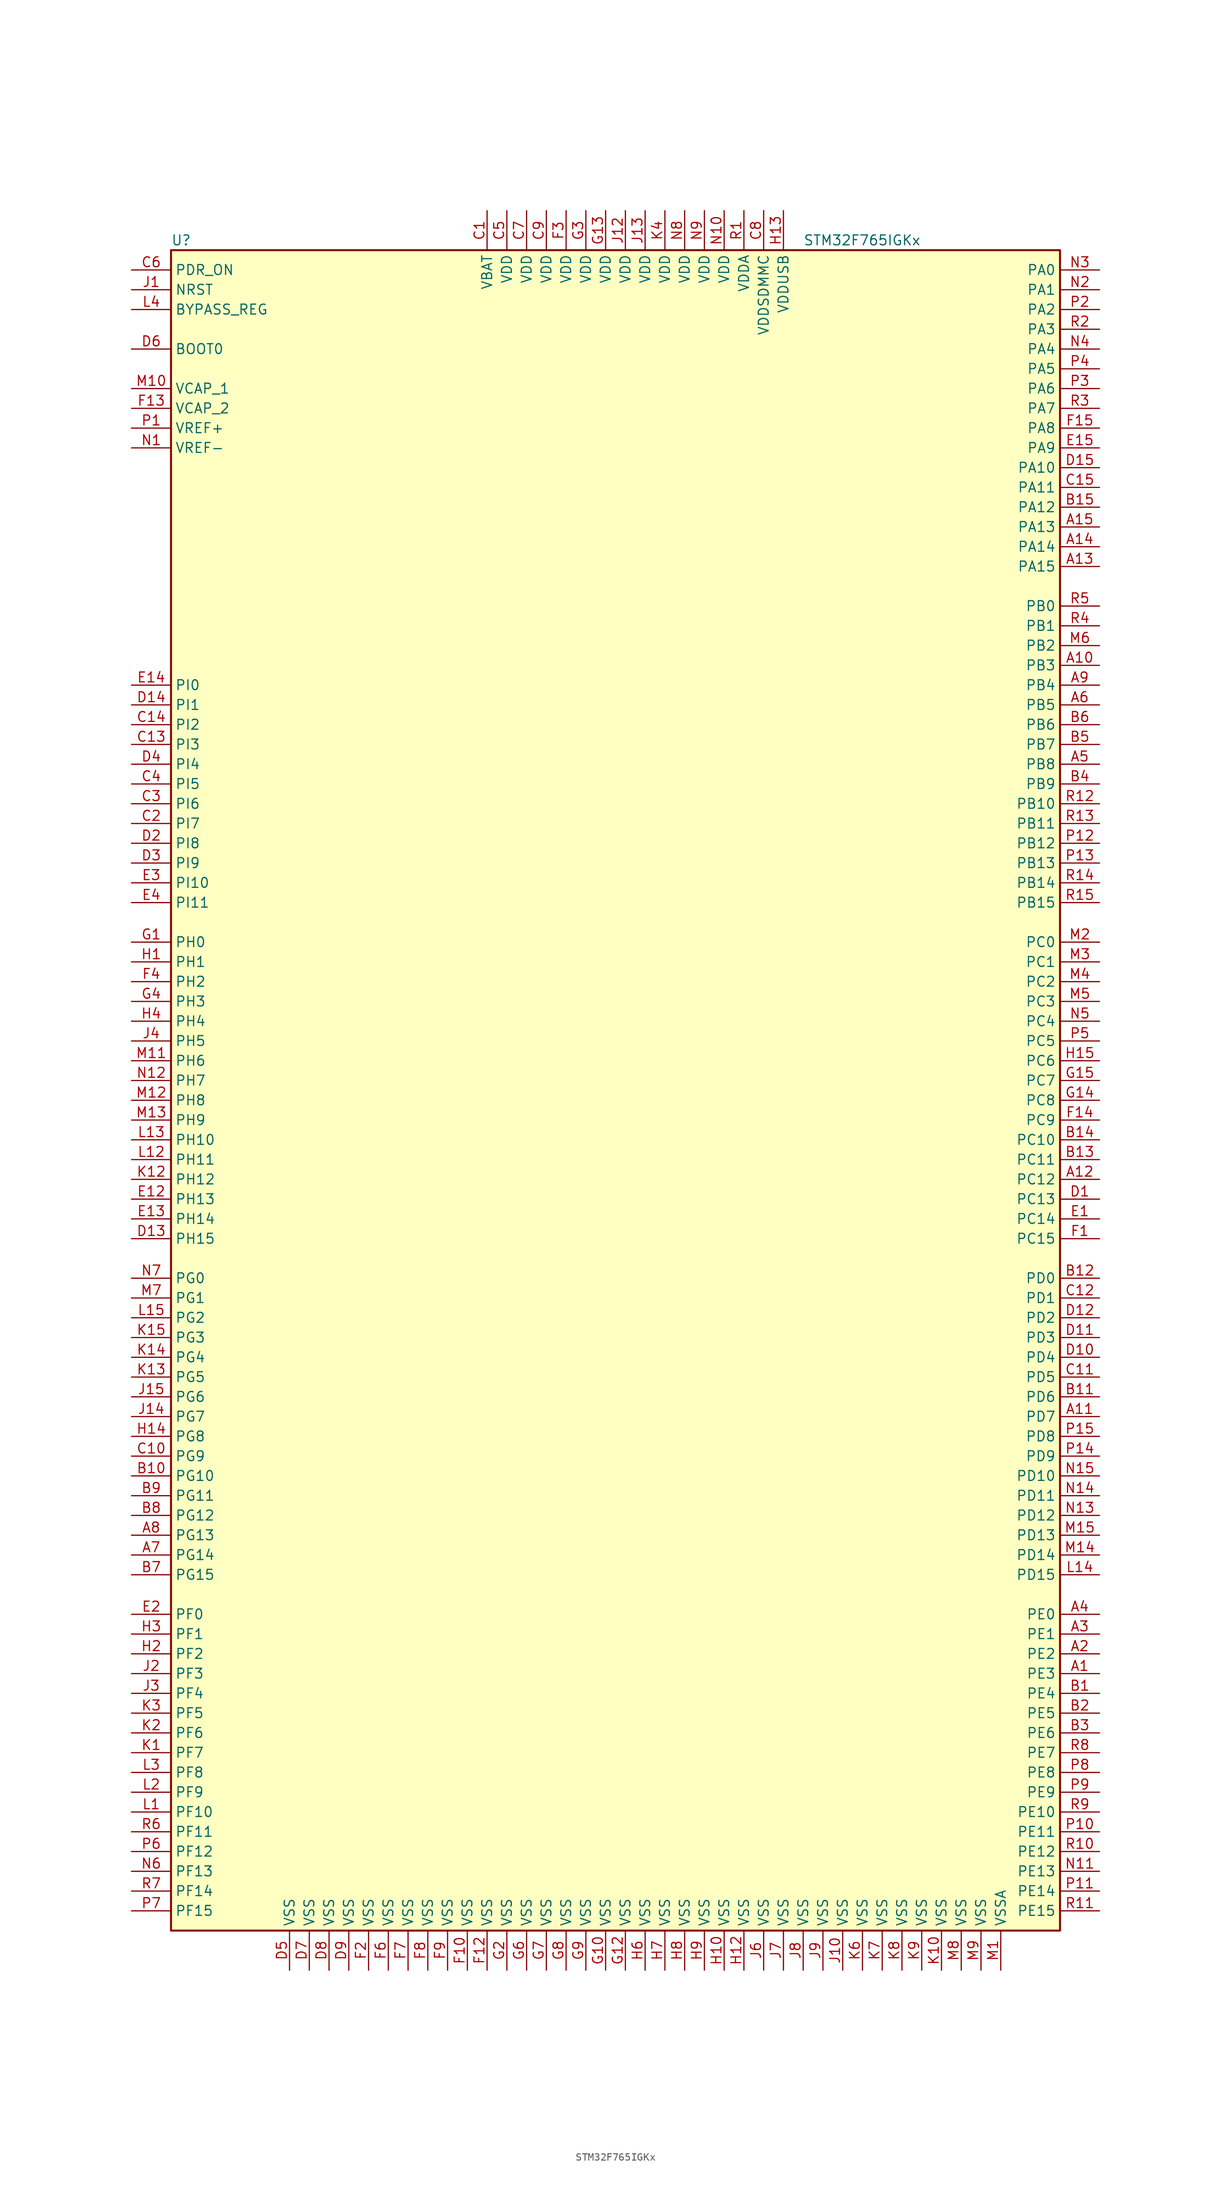
<source format=kicad_sym>
(kicad_symbol_lib
  (version 20220914)
  (generator kicad_symbol_editor)
  (symbol "STM32F765IGKx"
    (property "Reference" "U"
      (at -58.42 107.95 0)
      (effects (font (size 1.27 1.27)) (justify left)))
    (property "Value" "STM32F765IGKx"
      (at 22.86 107.95 0)
      (effects (font (size 1.27 1.27)) (justify left)))
    (symbol "STM32F765IGKx_0_1"
      (rectangle (start -58.42 -109.22) (end 55.88 106.68) (stroke (width 0.254) (type default)) (fill (type background))))
    (symbol "STM32F765IGKx_1_1"
      (pin bidirectional line (at 60.96 -76.2 180) (length 5.08) (name "PE3" (effects (font (size 1.27 1.27)))) (number "A1" (effects (font (size 1.27 1.27)))))
      (pin bidirectional line (at 60.96 53.34 180) (length 5.08) (name "PB3" (effects (font (size 1.27 1.27)))) (number "A10" (effects (font (size 1.27 1.27)))))
      (pin bidirectional line (at 60.96 -43.18 180) (length 5.08) (name "PD7" (effects (font (size 1.27 1.27)))) (number "A11" (effects (font (size 1.27 1.27)))))
      (pin bidirectional line (at 60.96 -12.7 180) (length 5.08) (name "PC12" (effects (font (size 1.27 1.27)))) (number "A12" (effects (font (size 1.27 1.27)))))
      (pin bidirectional line (at 60.96 66.04 180) (length 5.08) (name "PA15" (effects (font (size 1.27 1.27)))) (number "A13" (effects (font (size 1.27 1.27)))))
      (pin bidirectional line (at 60.96 68.58 180) (length 5.08) (name "PA14" (effects (font (size 1.27 1.27)))) (number "A14" (effects (font (size 1.27 1.27)))))
      (pin bidirectional line (at 60.96 71.12 180) (length 5.08) (name "PA13" (effects (font (size 1.27 1.27)))) (number "A15" (effects (font (size 1.27 1.27)))))
      (pin bidirectional line (at 60.96 -73.66 180) (length 5.08) (name "PE2" (effects (font (size 1.27 1.27)))) (number "A2" (effects (font (size 1.27 1.27)))))
      (pin bidirectional line (at 60.96 -71.12 180) (length 5.08) (name "PE1" (effects (font (size 1.27 1.27)))) (number "A3" (effects (font (size 1.27 1.27)))))
      (pin bidirectional line (at 60.96 -68.58 180) (length 5.08) (name "PE0" (effects (font (size 1.27 1.27)))) (number "A4" (effects (font (size 1.27 1.27)))))
      (pin bidirectional line (at 60.96 40.64 180) (length 5.08) (name "PB8" (effects (font (size 1.27 1.27)))) (number "A5" (effects (font (size 1.27 1.27)))))
      (pin bidirectional line (at 60.96 48.26 180) (length 5.08) (name "PB5" (effects (font (size 1.27 1.27)))) (number "A6" (effects (font (size 1.27 1.27)))))
      (pin bidirectional line (at -63.5 -60.96 0) (length 5.08) (name "PG14" (effects (font (size 1.27 1.27)))) (number "A7" (effects (font (size 1.27 1.27)))))
      (pin bidirectional line (at -63.5 -58.42 0) (length 5.08) (name "PG13" (effects (font (size 1.27 1.27)))) (number "A8" (effects (font (size 1.27 1.27)))))
      (pin bidirectional line (at 60.96 50.8 180) (length 5.08) (name "PB4" (effects (font (size 1.27 1.27)))) (number "A9" (effects (font (size 1.27 1.27)))))
      (pin bidirectional line (at 60.96 -78.74 180) (length 5.08) (name "PE4" (effects (font (size 1.27 1.27)))) (number "B1" (effects (font (size 1.27 1.27)))))
      (pin bidirectional line (at -63.5 -50.8 0) (length 5.08) (name "PG10" (effects (font (size 1.27 1.27)))) (number "B10" (effects (font (size 1.27 1.27)))))
      (pin bidirectional line (at 60.96 -40.64 180) (length 5.08) (name "PD6" (effects (font (size 1.27 1.27)))) (number "B11" (effects (font (size 1.27 1.27)))))
      (pin bidirectional line (at 60.96 -25.4 180) (length 5.08) (name "PD0" (effects (font (size 1.27 1.27)))) (number "B12" (effects (font (size 1.27 1.27)))))
      (pin bidirectional line (at 60.96 -10.16 180) (length 5.08) (name "PC11" (effects (font (size 1.27 1.27)))) (number "B13" (effects (font (size 1.27 1.27)))))
      (pin bidirectional line (at 60.96 -7.62 180) (length 5.08) (name "PC10" (effects (font (size 1.27 1.27)))) (number "B14" (effects (font (size 1.27 1.27)))))
      (pin bidirectional line (at 60.96 73.66 180) (length 5.08) (name "PA12" (effects (font (size 1.27 1.27)))) (number "B15" (effects (font (size 1.27 1.27)))))
      (pin bidirectional line (at 60.96 -81.28 180) (length 5.08) (name "PE5" (effects (font (size 1.27 1.27)))) (number "B2" (effects (font (size 1.27 1.27)))))
      (pin bidirectional line (at 60.96 -83.82 180) (length 5.08) (name "PE6" (effects (font (size 1.27 1.27)))) (number "B3" (effects (font (size 1.27 1.27)))))
      (pin bidirectional line (at 60.96 38.1 180) (length 5.08) (name "PB9" (effects (font (size 1.27 1.27)))) (number "B4" (effects (font (size 1.27 1.27)))))
      (pin bidirectional line (at 60.96 43.18 180) (length 5.08) (name "PB7" (effects (font (size 1.27 1.27)))) (number "B5" (effects (font (size 1.27 1.27)))))
      (pin bidirectional line (at 60.96 45.72 180) (length 5.08) (name "PB6" (effects (font (size 1.27 1.27)))) (number "B6" (effects (font (size 1.27 1.27)))))
      (pin bidirectional line (at -63.5 -63.5 0) (length 5.08) (name "PG15" (effects (font (size 1.27 1.27)))) (number "B7" (effects (font (size 1.27 1.27)))))
      (pin bidirectional line (at -63.5 -55.88 0) (length 5.08) (name "PG12" (effects (font (size 1.27 1.27)))) (number "B8" (effects (font (size 1.27 1.27)))))
      (pin bidirectional line (at -63.5 -53.34 0) (length 5.08) (name "PG11" (effects (font (size 1.27 1.27)))) (number "B9" (effects (font (size 1.27 1.27)))))
      (pin power_in line (at -17.78 111.76 270) (length 5.08) (name "VBAT" (effects (font (size 1.27 1.27)))) (number "C1" (effects (font (size 1.27 1.27)))))
      (pin bidirectional line (at -63.5 -48.26 0) (length 5.08) (name "PG9" (effects (font (size 1.27 1.27)))) (number "C10" (effects (font (size 1.27 1.27)))))
      (pin bidirectional line (at 60.96 -38.1 180) (length 5.08) (name "PD5" (effects (font (size 1.27 1.27)))) (number "C11" (effects (font (size 1.27 1.27)))))
      (pin bidirectional line (at 60.96 -27.94 180) (length 5.08) (name "PD1" (effects (font (size 1.27 1.27)))) (number "C12" (effects (font (size 1.27 1.27)))))
      (pin bidirectional line (at -63.5 43.18 0) (length 5.08) (name "PI3" (effects (font (size 1.27 1.27)))) (number "C13" (effects (font (size 1.27 1.27)))))
      (pin bidirectional line (at -63.5 45.72 0) (length 5.08) (name "PI2" (effects (font (size 1.27 1.27)))) (number "C14" (effects (font (size 1.27 1.27)))))
      (pin bidirectional line (at 60.96 76.2 180) (length 5.08) (name "PA11" (effects (font (size 1.27 1.27)))) (number "C15" (effects (font (size 1.27 1.27)))))
      (pin bidirectional line (at -63.5 33.02 0) (length 5.08) (name "PI7" (effects (font (size 1.27 1.27)))) (number "C2" (effects (font (size 1.27 1.27)))))
      (pin bidirectional line (at -63.5 35.56 0) (length 5.08) (name "PI6" (effects (font (size 1.27 1.27)))) (number "C3" (effects (font (size 1.27 1.27)))))
      (pin bidirectional line (at -63.5 38.1 0) (length 5.08) (name "PI5" (effects (font (size 1.27 1.27)))) (number "C4" (effects (font (size 1.27 1.27)))))
      (pin power_in line (at -15.24 111.76 270) (length 5.08) (name "VDD" (effects (font (size 1.27 1.27)))) (number "C5" (effects (font (size 1.27 1.27)))))
      (pin input line (at -63.5 104.14 0) (length 5.08) (name "PDR_ON" (effects (font (size 1.27 1.27)))) (number "C6" (effects (font (size 1.27 1.27)))))
      (pin power_in line (at -12.7 111.76 270) (length 5.08) (name "VDD" (effects (font (size 1.27 1.27)))) (number "C7" (effects (font (size 1.27 1.27)))))
      (pin power_in line (at 17.78 111.76 270) (length 5.08) (name "VDDSDMMC" (effects (font (size 1.27 1.27)))) (number "C8" (effects (font (size 1.27 1.27)))))
      (pin power_in line (at -10.16 111.76 270) (length 5.08) (name "VDD" (effects (font (size 1.27 1.27)))) (number "C9" (effects (font (size 1.27 1.27)))))
      (pin bidirectional line (at 60.96 -15.24 180) (length 5.08) (name "PC13" (effects (font (size 1.27 1.27)))) (number "D1" (effects (font (size 1.27 1.27)))))
      (pin bidirectional line (at 60.96 -35.56 180) (length 5.08) (name "PD4" (effects (font (size 1.27 1.27)))) (number "D10" (effects (font (size 1.27 1.27)))))
      (pin bidirectional line (at 60.96 -33.02 180) (length 5.08) (name "PD3" (effects (font (size 1.27 1.27)))) (number "D11" (effects (font (size 1.27 1.27)))))
      (pin bidirectional line (at 60.96 -30.48 180) (length 5.08) (name "PD2" (effects (font (size 1.27 1.27)))) (number "D12" (effects (font (size 1.27 1.27)))))
      (pin bidirectional line (at -63.5 -20.32 0) (length 5.08) (name "PH15" (effects (font (size 1.27 1.27)))) (number "D13" (effects (font (size 1.27 1.27)))))
      (pin bidirectional line (at -63.5 48.26 0) (length 5.08) (name "PI1" (effects (font (size 1.27 1.27)))) (number "D14" (effects (font (size 1.27 1.27)))))
      (pin bidirectional line (at 60.96 78.74 180) (length 5.08) (name "PA10" (effects (font (size 1.27 1.27)))) (number "D15" (effects (font (size 1.27 1.27)))))
      (pin bidirectional line (at -63.5 30.48 0) (length 5.08) (name "PI8" (effects (font (size 1.27 1.27)))) (number "D2" (effects (font (size 1.27 1.27)))))
      (pin bidirectional line (at -63.5 27.94 0) (length 5.08) (name "PI9" (effects (font (size 1.27 1.27)))) (number "D3" (effects (font (size 1.27 1.27)))))
      (pin bidirectional line (at -63.5 40.64 0) (length 5.08) (name "PI4" (effects (font (size 1.27 1.27)))) (number "D4" (effects (font (size 1.27 1.27)))))
      (pin power_in line (at -43.18 -114.3 90) (length 5.08) (name "VSS" (effects (font (size 1.27 1.27)))) (number "D5" (effects (font (size 1.27 1.27)))))
      (pin input line (at -63.5 93.98 0) (length 5.08) (name "BOOT0" (effects (font (size 1.27 1.27)))) (number "D6" (effects (font (size 1.27 1.27)))))
      (pin power_in line (at -40.64 -114.3 90) (length 5.08) (name "VSS" (effects (font (size 1.27 1.27)))) (number "D7" (effects (font (size 1.27 1.27)))))
      (pin power_in line (at -38.1 -114.3 90) (length 5.08) (name "VSS" (effects (font (size 1.27 1.27)))) (number "D8" (effects (font (size 1.27 1.27)))))
      (pin power_in line (at -35.56 -114.3 90) (length 5.08) (name "VSS" (effects (font (size 1.27 1.27)))) (number "D9" (effects (font (size 1.27 1.27)))))
      (pin bidirectional line (at 60.96 -17.78 180) (length 5.08) (name "PC14" (effects (font (size 1.27 1.27)))) (number "E1" (effects (font (size 1.27 1.27)))))
      (pin bidirectional line (at -63.5 -15.24 0) (length 5.08) (name "PH13" (effects (font (size 1.27 1.27)))) (number "E12" (effects (font (size 1.27 1.27)))))
      (pin bidirectional line (at -63.5 -17.78 0) (length 5.08) (name "PH14" (effects (font (size 1.27 1.27)))) (number "E13" (effects (font (size 1.27 1.27)))))
      (pin bidirectional line (at -63.5 50.8 0) (length 5.08) (name "PI0" (effects (font (size 1.27 1.27)))) (number "E14" (effects (font (size 1.27 1.27)))))
      (pin bidirectional line (at 60.96 81.28 180) (length 5.08) (name "PA9" (effects (font (size 1.27 1.27)))) (number "E15" (effects (font (size 1.27 1.27)))))
      (pin bidirectional line (at -63.5 -68.58 0) (length 5.08) (name "PF0" (effects (font (size 1.27 1.27)))) (number "E2" (effects (font (size 1.27 1.27)))))
      (pin bidirectional line (at -63.5 25.4 0) (length 5.08) (name "PI10" (effects (font (size 1.27 1.27)))) (number "E3" (effects (font (size 1.27 1.27)))))
      (pin bidirectional line (at -63.5 22.86 0) (length 5.08) (name "PI11" (effects (font (size 1.27 1.27)))) (number "E4" (effects (font (size 1.27 1.27)))))
      (pin bidirectional line (at 60.96 -20.32 180) (length 5.08) (name "PC15" (effects (font (size 1.27 1.27)))) (number "F1" (effects (font (size 1.27 1.27)))))
      (pin power_in line (at -20.32 -114.3 90) (length 5.08) (name "VSS" (effects (font (size 1.27 1.27)))) (number "F10" (effects (font (size 1.27 1.27)))))
      (pin power_in line (at -17.78 -114.3 90) (length 5.08) (name "VSS" (effects (font (size 1.27 1.27)))) (number "F12" (effects (font (size 1.27 1.27)))))
      (pin power_in line (at -63.5 86.36 0) (length 5.08) (name "VCAP_2" (effects (font (size 1.27 1.27)))) (number "F13" (effects (font (size 1.27 1.27)))))
      (pin bidirectional line (at 60.96 -5.08 180) (length 5.08) (name "PC9" (effects (font (size 1.27 1.27)))) (number "F14" (effects (font (size 1.27 1.27)))))
      (pin bidirectional line (at 60.96 83.82 180) (length 5.08) (name "PA8" (effects (font (size 1.27 1.27)))) (number "F15" (effects (font (size 1.27 1.27)))))
      (pin power_in line (at -33.02 -114.3 90) (length 5.08) (name "VSS" (effects (font (size 1.27 1.27)))) (number "F2" (effects (font (size 1.27 1.27)))))
      (pin power_in line (at -7.62 111.76 270) (length 5.08) (name "VDD" (effects (font (size 1.27 1.27)))) (number "F3" (effects (font (size 1.27 1.27)))))
      (pin bidirectional line (at -63.5 12.7 0) (length 5.08) (name "PH2" (effects (font (size 1.27 1.27)))) (number "F4" (effects (font (size 1.27 1.27)))))
      (pin power_in line (at -30.48 -114.3 90) (length 5.08) (name "VSS" (effects (font (size 1.27 1.27)))) (number "F6" (effects (font (size 1.27 1.27)))))
      (pin power_in line (at -27.94 -114.3 90) (length 5.08) (name "VSS" (effects (font (size 1.27 1.27)))) (number "F7" (effects (font (size 1.27 1.27)))))
      (pin power_in line (at -25.4 -114.3 90) (length 5.08) (name "VSS" (effects (font (size 1.27 1.27)))) (number "F8" (effects (font (size 1.27 1.27)))))
      (pin power_in line (at -22.86 -114.3 90) (length 5.08) (name "VSS" (effects (font (size 1.27 1.27)))) (number "F9" (effects (font (size 1.27 1.27)))))
      (pin input line (at -63.5 17.78 0) (length 5.08) (name "PH0" (effects (font (size 1.27 1.27)))) (number "G1" (effects (font (size 1.27 1.27)))))
      (pin power_in line (at -2.54 -114.3 90) (length 5.08) (name "VSS" (effects (font (size 1.27 1.27)))) (number "G10" (effects (font (size 1.27 1.27)))))
      (pin power_in line (at 0 -114.3 90) (length 5.08) (name "VSS" (effects (font (size 1.27 1.27)))) (number "G12" (effects (font (size 1.27 1.27)))))
      (pin power_in line (at -2.54 111.76 270) (length 5.08) (name "VDD" (effects (font (size 1.27 1.27)))) (number "G13" (effects (font (size 1.27 1.27)))))
      (pin bidirectional line (at 60.96 -2.54 180) (length 5.08) (name "PC8" (effects (font (size 1.27 1.27)))) (number "G14" (effects (font (size 1.27 1.27)))))
      (pin bidirectional line (at 60.96 0 180) (length 5.08) (name "PC7" (effects (font (size 1.27 1.27)))) (number "G15" (effects (font (size 1.27 1.27)))))
      (pin power_in line (at -15.24 -114.3 90) (length 5.08) (name "VSS" (effects (font (size 1.27 1.27)))) (number "G2" (effects (font (size 1.27 1.27)))))
      (pin power_in line (at -5.08 111.76 270) (length 5.08) (name "VDD" (effects (font (size 1.27 1.27)))) (number "G3" (effects (font (size 1.27 1.27)))))
      (pin bidirectional line (at -63.5 10.16 0) (length 5.08) (name "PH3" (effects (font (size 1.27 1.27)))) (number "G4" (effects (font (size 1.27 1.27)))))
      (pin power_in line (at -12.7 -114.3 90) (length 5.08) (name "VSS" (effects (font (size 1.27 1.27)))) (number "G6" (effects (font (size 1.27 1.27)))))
      (pin power_in line (at -10.16 -114.3 90) (length 5.08) (name "VSS" (effects (font (size 1.27 1.27)))) (number "G7" (effects (font (size 1.27 1.27)))))
      (pin power_in line (at -7.62 -114.3 90) (length 5.08) (name "VSS" (effects (font (size 1.27 1.27)))) (number "G8" (effects (font (size 1.27 1.27)))))
      (pin power_in line (at -5.08 -114.3 90) (length 5.08) (name "VSS" (effects (font (size 1.27 1.27)))) (number "G9" (effects (font (size 1.27 1.27)))))
      (pin input line (at -63.5 15.24 0) (length 5.08) (name "PH1" (effects (font (size 1.27 1.27)))) (number "H1" (effects (font (size 1.27 1.27)))))
      (pin power_in line (at 12.7 -114.3 90) (length 5.08) (name "VSS" (effects (font (size 1.27 1.27)))) (number "H10" (effects (font (size 1.27 1.27)))))
      (pin power_in line (at 15.24 -114.3 90) (length 5.08) (name "VSS" (effects (font (size 1.27 1.27)))) (number "H12" (effects (font (size 1.27 1.27)))))
      (pin power_in line (at 20.32 111.76 270) (length 5.08) (name "VDDUSB" (effects (font (size 1.27 1.27)))) (number "H13" (effects (font (size 1.27 1.27)))))
      (pin bidirectional line (at -63.5 -45.72 0) (length 5.08) (name "PG8" (effects (font (size 1.27 1.27)))) (number "H14" (effects (font (size 1.27 1.27)))))
      (pin bidirectional line (at 60.96 2.54 180) (length 5.08) (name "PC6" (effects (font (size 1.27 1.27)))) (number "H15" (effects (font (size 1.27 1.27)))))
      (pin bidirectional line (at -63.5 -73.66 0) (length 5.08) (name "PF2" (effects (font (size 1.27 1.27)))) (number "H2" (effects (font (size 1.27 1.27)))))
      (pin bidirectional line (at -63.5 -71.12 0) (length 5.08) (name "PF1" (effects (font (size 1.27 1.27)))) (number "H3" (effects (font (size 1.27 1.27)))))
      (pin bidirectional line (at -63.5 7.62 0) (length 5.08) (name "PH4" (effects (font (size 1.27 1.27)))) (number "H4" (effects (font (size 1.27 1.27)))))
      (pin power_in line (at 2.54 -114.3 90) (length 5.08) (name "VSS" (effects (font (size 1.27 1.27)))) (number "H6" (effects (font (size 1.27 1.27)))))
      (pin power_in line (at 5.08 -114.3 90) (length 5.08) (name "VSS" (effects (font (size 1.27 1.27)))) (number "H7" (effects (font (size 1.27 1.27)))))
      (pin power_in line (at 7.62 -114.3 90) (length 5.08) (name "VSS" (effects (font (size 1.27 1.27)))) (number "H8" (effects (font (size 1.27 1.27)))))
      (pin power_in line (at 10.16 -114.3 90) (length 5.08) (name "VSS" (effects (font (size 1.27 1.27)))) (number "H9" (effects (font (size 1.27 1.27)))))
      (pin input line (at -63.5 101.6 0) (length 5.08) (name "NRST" (effects (font (size 1.27 1.27)))) (number "J1" (effects (font (size 1.27 1.27)))))
      (pin power_in line (at 27.94 -114.3 90) (length 5.08) (name "VSS" (effects (font (size 1.27 1.27)))) (number "J10" (effects (font (size 1.27 1.27)))))
      (pin power_in line (at 0 111.76 270) (length 5.08) (name "VDD" (effects (font (size 1.27 1.27)))) (number "J12" (effects (font (size 1.27 1.27)))))
      (pin power_in line (at 2.54 111.76 270) (length 5.08) (name "VDD" (effects (font (size 1.27 1.27)))) (number "J13" (effects (font (size 1.27 1.27)))))
      (pin bidirectional line (at -63.5 -43.18 0) (length 5.08) (name "PG7" (effects (font (size 1.27 1.27)))) (number "J14" (effects (font (size 1.27 1.27)))))
      (pin bidirectional line (at -63.5 -40.64 0) (length 5.08) (name "PG6" (effects (font (size 1.27 1.27)))) (number "J15" (effects (font (size 1.27 1.27)))))
      (pin bidirectional line (at -63.5 -76.2 0) (length 5.08) (name "PF3" (effects (font (size 1.27 1.27)))) (number "J2" (effects (font (size 1.27 1.27)))))
      (pin bidirectional line (at -63.5 -78.74 0) (length 5.08) (name "PF4" (effects (font (size 1.27 1.27)))) (number "J3" (effects (font (size 1.27 1.27)))))
      (pin bidirectional line (at -63.5 5.08 0) (length 5.08) (name "PH5" (effects (font (size 1.27 1.27)))) (number "J4" (effects (font (size 1.27 1.27)))))
      (pin power_in line (at 17.78 -114.3 90) (length 5.08) (name "VSS" (effects (font (size 1.27 1.27)))) (number "J6" (effects (font (size 1.27 1.27)))))
      (pin power_in line (at 20.32 -114.3 90) (length 5.08) (name "VSS" (effects (font (size 1.27 1.27)))) (number "J7" (effects (font (size 1.27 1.27)))))
      (pin power_in line (at 22.86 -114.3 90) (length 5.08) (name "VSS" (effects (font (size 1.27 1.27)))) (number "J8" (effects (font (size 1.27 1.27)))))
      (pin power_in line (at 25.4 -114.3 90) (length 5.08) (name "VSS" (effects (font (size 1.27 1.27)))) (number "J9" (effects (font (size 1.27 1.27)))))
      (pin bidirectional line (at -63.5 -86.36 0) (length 5.08) (name "PF7" (effects (font (size 1.27 1.27)))) (number "K1" (effects (font (size 1.27 1.27)))))
      (pin power_in line (at 40.64 -114.3 90) (length 5.08) (name "VSS" (effects (font (size 1.27 1.27)))) (number "K10" (effects (font (size 1.27 1.27)))))
      (pin bidirectional line (at -63.5 -12.7 0) (length 5.08) (name "PH12" (effects (font (size 1.27 1.27)))) (number "K12" (effects (font (size 1.27 1.27)))))
      (pin bidirectional line (at -63.5 -38.1 0) (length 5.08) (name "PG5" (effects (font (size 1.27 1.27)))) (number "K13" (effects (font (size 1.27 1.27)))))
      (pin bidirectional line (at -63.5 -35.56 0) (length 5.08) (name "PG4" (effects (font (size 1.27 1.27)))) (number "K14" (effects (font (size 1.27 1.27)))))
      (pin bidirectional line (at -63.5 -33.02 0) (length 5.08) (name "PG3" (effects (font (size 1.27 1.27)))) (number "K15" (effects (font (size 1.27 1.27)))))
      (pin bidirectional line (at -63.5 -83.82 0) (length 5.08) (name "PF6" (effects (font (size 1.27 1.27)))) (number "K2" (effects (font (size 1.27 1.27)))))
      (pin bidirectional line (at -63.5 -81.28 0) (length 5.08) (name "PF5" (effects (font (size 1.27 1.27)))) (number "K3" (effects (font (size 1.27 1.27)))))
      (pin power_in line (at 5.08 111.76 270) (length 5.08) (name "VDD" (effects (font (size 1.27 1.27)))) (number "K4" (effects (font (size 1.27 1.27)))))
      (pin power_in line (at 30.48 -114.3 90) (length 5.08) (name "VSS" (effects (font (size 1.27 1.27)))) (number "K6" (effects (font (size 1.27 1.27)))))
      (pin power_in line (at 33.02 -114.3 90) (length 5.08) (name "VSS" (effects (font (size 1.27 1.27)))) (number "K7" (effects (font (size 1.27 1.27)))))
      (pin power_in line (at 35.56 -114.3 90) (length 5.08) (name "VSS" (effects (font (size 1.27 1.27)))) (number "K8" (effects (font (size 1.27 1.27)))))
      (pin power_in line (at 38.1 -114.3 90) (length 5.08) (name "VSS" (effects (font (size 1.27 1.27)))) (number "K9" (effects (font (size 1.27 1.27)))))
      (pin bidirectional line (at -63.5 -93.98 0) (length 5.08) (name "PF10" (effects (font (size 1.27 1.27)))) (number "L1" (effects (font (size 1.27 1.27)))))
      (pin bidirectional line (at -63.5 -10.16 0) (length 5.08) (name "PH11" (effects (font (size 1.27 1.27)))) (number "L12" (effects (font (size 1.27 1.27)))))
      (pin bidirectional line (at -63.5 -7.62 0) (length 5.08) (name "PH10" (effects (font (size 1.27 1.27)))) (number "L13" (effects (font (size 1.27 1.27)))))
      (pin bidirectional line (at 60.96 -63.5 180) (length 5.08) (name "PD15" (effects (font (size 1.27 1.27)))) (number "L14" (effects (font (size 1.27 1.27)))))
      (pin bidirectional line (at -63.5 -30.48 0) (length 5.08) (name "PG2" (effects (font (size 1.27 1.27)))) (number "L15" (effects (font (size 1.27 1.27)))))
      (pin bidirectional line (at -63.5 -91.44 0) (length 5.08) (name "PF9" (effects (font (size 1.27 1.27)))) (number "L2" (effects (font (size 1.27 1.27)))))
      (pin bidirectional line (at -63.5 -88.9 0) (length 5.08) (name "PF8" (effects (font (size 1.27 1.27)))) (number "L3" (effects (font (size 1.27 1.27)))))
      (pin input line (at -63.5 99.06 0) (length 5.08) (name "BYPASS_REG" (effects (font (size 1.27 1.27)))) (number "L4" (effects (font (size 1.27 1.27)))))
      (pin power_in line (at 48.26 -114.3 90) (length 5.08) (name "VSSA" (effects (font (size 1.27 1.27)))) (number "M1" (effects (font (size 1.27 1.27)))))
      (pin power_in line (at -63.5 88.9 0) (length 5.08) (name "VCAP_1" (effects (font (size 1.27 1.27)))) (number "M10" (effects (font (size 1.27 1.27)))))
      (pin bidirectional line (at -63.5 2.54 0) (length 5.08) (name "PH6" (effects (font (size 1.27 1.27)))) (number "M11" (effects (font (size 1.27 1.27)))))
      (pin bidirectional line (at -63.5 -2.54 0) (length 5.08) (name "PH8" (effects (font (size 1.27 1.27)))) (number "M12" (effects (font (size 1.27 1.27)))))
      (pin bidirectional line (at -63.5 -5.08 0) (length 5.08) (name "PH9" (effects (font (size 1.27 1.27)))) (number "M13" (effects (font (size 1.27 1.27)))))
      (pin bidirectional line (at 60.96 -60.96 180) (length 5.08) (name "PD14" (effects (font (size 1.27 1.27)))) (number "M14" (effects (font (size 1.27 1.27)))))
      (pin bidirectional line (at 60.96 -58.42 180) (length 5.08) (name "PD13" (effects (font (size 1.27 1.27)))) (number "M15" (effects (font (size 1.27 1.27)))))
      (pin bidirectional line (at 60.96 17.78 180) (length 5.08) (name "PC0" (effects (font (size 1.27 1.27)))) (number "M2" (effects (font (size 1.27 1.27)))))
      (pin bidirectional line (at 60.96 15.24 180) (length 5.08) (name "PC1" (effects (font (size 1.27 1.27)))) (number "M3" (effects (font (size 1.27 1.27)))))
      (pin bidirectional line (at 60.96 12.7 180) (length 5.08) (name "PC2" (effects (font (size 1.27 1.27)))) (number "M4" (effects (font (size 1.27 1.27)))))
      (pin bidirectional line (at 60.96 10.16 180) (length 5.08) (name "PC3" (effects (font (size 1.27 1.27)))) (number "M5" (effects (font (size 1.27 1.27)))))
      (pin bidirectional line (at 60.96 55.88 180) (length 5.08) (name "PB2" (effects (font (size 1.27 1.27)))) (number "M6" (effects (font (size 1.27 1.27)))))
      (pin bidirectional line (at -63.5 -27.94 0) (length 5.08) (name "PG1" (effects (font (size 1.27 1.27)))) (number "M7" (effects (font (size 1.27 1.27)))))
      (pin power_in line (at 43.18 -114.3 90) (length 5.08) (name "VSS" (effects (font (size 1.27 1.27)))) (number "M8" (effects (font (size 1.27 1.27)))))
      (pin power_in line (at 45.72 -114.3 90) (length 5.08) (name "VSS" (effects (font (size 1.27 1.27)))) (number "M9" (effects (font (size 1.27 1.27)))))
      (pin power_in line (at -63.5 81.28 0) (length 5.08) (name "VREF-" (effects (font (size 1.27 1.27)))) (number "N1" (effects (font (size 1.27 1.27)))))
      (pin power_in line (at 12.7 111.76 270) (length 5.08) (name "VDD" (effects (font (size 1.27 1.27)))) (number "N10" (effects (font (size 1.27 1.27)))))
      (pin bidirectional line (at 60.96 -101.6 180) (length 5.08) (name "PE13" (effects (font (size 1.27 1.27)))) (number "N11" (effects (font (size 1.27 1.27)))))
      (pin bidirectional line (at -63.5 0 0) (length 5.08) (name "PH7" (effects (font (size 1.27 1.27)))) (number "N12" (effects (font (size 1.27 1.27)))))
      (pin bidirectional line (at 60.96 -55.88 180) (length 5.08) (name "PD12" (effects (font (size 1.27 1.27)))) (number "N13" (effects (font (size 1.27 1.27)))))
      (pin bidirectional line (at 60.96 -53.34 180) (length 5.08) (name "PD11" (effects (font (size 1.27 1.27)))) (number "N14" (effects (font (size 1.27 1.27)))))
      (pin bidirectional line (at 60.96 -50.8 180) (length 5.08) (name "PD10" (effects (font (size 1.27 1.27)))) (number "N15" (effects (font (size 1.27 1.27)))))
      (pin bidirectional line (at 60.96 101.6 180) (length 5.08) (name "PA1" (effects (font (size 1.27 1.27)))) (number "N2" (effects (font (size 1.27 1.27)))))
      (pin bidirectional line (at 60.96 104.14 180) (length 5.08) (name "PA0" (effects (font (size 1.27 1.27)))) (number "N3" (effects (font (size 1.27 1.27)))))
      (pin bidirectional line (at 60.96 93.98 180) (length 5.08) (name "PA4" (effects (font (size 1.27 1.27)))) (number "N4" (effects (font (size 1.27 1.27)))))
      (pin bidirectional line (at 60.96 7.62 180) (length 5.08) (name "PC4" (effects (font (size 1.27 1.27)))) (number "N5" (effects (font (size 1.27 1.27)))))
      (pin bidirectional line (at -63.5 -101.6 0) (length 5.08) (name "PF13" (effects (font (size 1.27 1.27)))) (number "N6" (effects (font (size 1.27 1.27)))))
      (pin bidirectional line (at -63.5 -25.4 0) (length 5.08) (name "PG0" (effects (font (size 1.27 1.27)))) (number "N7" (effects (font (size 1.27 1.27)))))
      (pin power_in line (at 7.62 111.76 270) (length 5.08) (name "VDD" (effects (font (size 1.27 1.27)))) (number "N8" (effects (font (size 1.27 1.27)))))
      (pin power_in line (at 10.16 111.76 270) (length 5.08) (name "VDD" (effects (font (size 1.27 1.27)))) (number "N9" (effects (font (size 1.27 1.27)))))
      (pin power_in line (at -63.5 83.82 0) (length 5.08) (name "VREF+" (effects (font (size 1.27 1.27)))) (number "P1" (effects (font (size 1.27 1.27)))))
      (pin bidirectional line (at 60.96 -96.52 180) (length 5.08) (name "PE11" (effects (font (size 1.27 1.27)))) (number "P10" (effects (font (size 1.27 1.27)))))
      (pin bidirectional line (at 60.96 -104.14 180) (length 5.08) (name "PE14" (effects (font (size 1.27 1.27)))) (number "P11" (effects (font (size 1.27 1.27)))))
      (pin bidirectional line (at 60.96 30.48 180) (length 5.08) (name "PB12" (effects (font (size 1.27 1.27)))) (number "P12" (effects (font (size 1.27 1.27)))))
      (pin bidirectional line (at 60.96 27.94 180) (length 5.08) (name "PB13" (effects (font (size 1.27 1.27)))) (number "P13" (effects (font (size 1.27 1.27)))))
      (pin bidirectional line (at 60.96 -48.26 180) (length 5.08) (name "PD9" (effects (font (size 1.27 1.27)))) (number "P14" (effects (font (size 1.27 1.27)))))
      (pin bidirectional line (at 60.96 -45.72 180) (length 5.08) (name "PD8" (effects (font (size 1.27 1.27)))) (number "P15" (effects (font (size 1.27 1.27)))))
      (pin bidirectional line (at 60.96 99.06 180) (length 5.08) (name "PA2" (effects (font (size 1.27 1.27)))) (number "P2" (effects (font (size 1.27 1.27)))))
      (pin bidirectional line (at 60.96 88.9 180) (length 5.08) (name "PA6" (effects (font (size 1.27 1.27)))) (number "P3" (effects (font (size 1.27 1.27)))))
      (pin bidirectional line (at 60.96 91.44 180) (length 5.08) (name "PA5" (effects (font (size 1.27 1.27)))) (number "P4" (effects (font (size 1.27 1.27)))))
      (pin bidirectional line (at 60.96 5.08 180) (length 5.08) (name "PC5" (effects (font (size 1.27 1.27)))) (number "P5" (effects (font (size 1.27 1.27)))))
      (pin bidirectional line (at -63.5 -99.06 0) (length 5.08) (name "PF12" (effects (font (size 1.27 1.27)))) (number "P6" (effects (font (size 1.27 1.27)))))
      (pin bidirectional line (at -63.5 -106.68 0) (length 5.08) (name "PF15" (effects (font (size 1.27 1.27)))) (number "P7" (effects (font (size 1.27 1.27)))))
      (pin bidirectional line (at 60.96 -88.9 180) (length 5.08) (name "PE8" (effects (font (size 1.27 1.27)))) (number "P8" (effects (font (size 1.27 1.27)))))
      (pin bidirectional line (at 60.96 -91.44 180) (length 5.08) (name "PE9" (effects (font (size 1.27 1.27)))) (number "P9" (effects (font (size 1.27 1.27)))))
      (pin power_in line (at 15.24 111.76 270) (length 5.08) (name "VDDA" (effects (font (size 1.27 1.27)))) (number "R1" (effects (font (size 1.27 1.27)))))
      (pin bidirectional line (at 60.96 -99.06 180) (length 5.08) (name "PE12" (effects (font (size 1.27 1.27)))) (number "R10" (effects (font (size 1.27 1.27)))))
      (pin bidirectional line (at 60.96 -106.68 180) (length 5.08) (name "PE15" (effects (font (size 1.27 1.27)))) (number "R11" (effects (font (size 1.27 1.27)))))
      (pin bidirectional line (at 60.96 35.56 180) (length 5.08) (name "PB10" (effects (font (size 1.27 1.27)))) (number "R12" (effects (font (size 1.27 1.27)))))
      (pin bidirectional line (at 60.96 33.02 180) (length 5.08) (name "PB11" (effects (font (size 1.27 1.27)))) (number "R13" (effects (font (size 1.27 1.27)))))
      (pin bidirectional line (at 60.96 25.4 180) (length 5.08) (name "PB14" (effects (font (size 1.27 1.27)))) (number "R14" (effects (font (size 1.27 1.27)))))
      (pin bidirectional line (at 60.96 22.86 180) (length 5.08) (name "PB15" (effects (font (size 1.27 1.27)))) (number "R15" (effects (font (size 1.27 1.27)))))
      (pin bidirectional line (at 60.96 96.52 180) (length 5.08) (name "PA3" (effects (font (size 1.27 1.27)))) (number "R2" (effects (font (size 1.27 1.27)))))
      (pin bidirectional line (at 60.96 86.36 180) (length 5.08) (name "PA7" (effects (font (size 1.27 1.27)))) (number "R3" (effects (font (size 1.27 1.27)))))
      (pin bidirectional line (at 60.96 58.42 180) (length 5.08) (name "PB1" (effects (font (size 1.27 1.27)))) (number "R4" (effects (font (size 1.27 1.27)))))
      (pin bidirectional line (at 60.96 60.96 180) (length 5.08) (name "PB0" (effects (font (size 1.27 1.27)))) (number "R5" (effects (font (size 1.27 1.27)))))
      (pin bidirectional line (at -63.5 -96.52 0) (length 5.08) (name "PF11" (effects (font (size 1.27 1.27)))) (number "R6" (effects (font (size 1.27 1.27)))))
      (pin bidirectional line (at -63.5 -104.14 0) (length 5.08) (name "PF14" (effects (font (size 1.27 1.27)))) (number "R7" (effects (font (size 1.27 1.27)))))
      (pin bidirectional line (at 60.96 -86.36 180) (length 5.08) (name "PE7" (effects (font (size 1.27 1.27)))) (number "R8" (effects (font (size 1.27 1.27)))))
      (pin bidirectional line (at 60.96 -93.98 180) (length 5.08) (name "PE10" (effects (font (size 1.27 1.27)))) (number "R9" (effects (font (size 1.27 1.27))))))))
</source>
